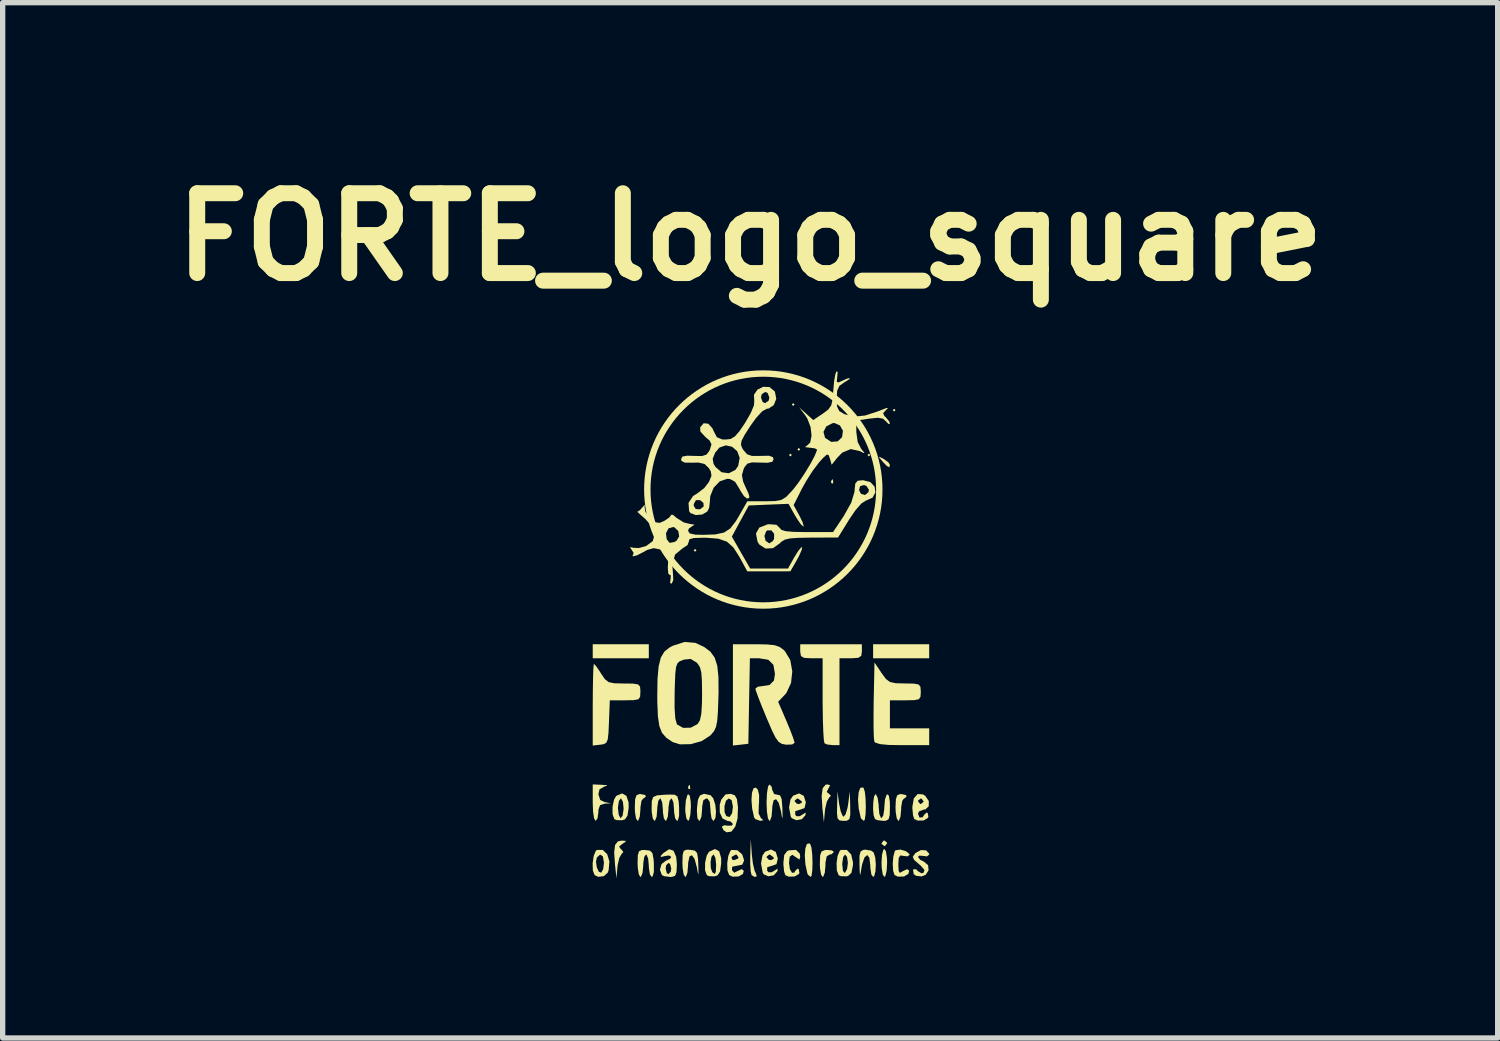
<source format=kicad_pcb>
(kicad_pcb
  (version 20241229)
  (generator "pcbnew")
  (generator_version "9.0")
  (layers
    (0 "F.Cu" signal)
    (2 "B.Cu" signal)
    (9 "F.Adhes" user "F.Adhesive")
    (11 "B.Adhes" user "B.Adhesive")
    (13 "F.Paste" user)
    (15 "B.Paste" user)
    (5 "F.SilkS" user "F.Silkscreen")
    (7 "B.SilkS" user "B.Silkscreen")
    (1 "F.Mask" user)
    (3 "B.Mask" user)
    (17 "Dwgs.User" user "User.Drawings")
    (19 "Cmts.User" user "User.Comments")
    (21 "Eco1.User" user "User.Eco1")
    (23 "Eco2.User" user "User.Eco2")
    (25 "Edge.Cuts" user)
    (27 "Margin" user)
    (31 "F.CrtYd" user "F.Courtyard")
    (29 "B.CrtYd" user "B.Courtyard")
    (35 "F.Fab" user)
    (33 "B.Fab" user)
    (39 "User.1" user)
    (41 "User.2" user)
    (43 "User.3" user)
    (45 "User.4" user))
  (footprint "FORTE_logo_square"
    (layer "F.Cu")
    (at 11.253 8.585)
    (property "Reference" "FORTE_logo_square" (at -0.203 -7.181 0) (layer "F.SilkS") (effects (font (size 1.5 1.5) (thickness 0.3))))
    (attr board_only exclude_from_pos_files exclude_from_bom)
    (fp_circle (center 0.044 -2.434) (end 0.265 -4.603) (stroke (width 0.12) (type default)) (fill no) (layer "F.SilkS"))
    (fp_poly (pts (xy -1.212 -1.291) (xy -1.238 -1.265) (xy -1.265 -1.291) (xy -1.238 -1.317)) (stroke (width 0) (type solid)) (fill yes) (layer "F.SilkS"))
    (fp_poly (pts (xy 0.58 -3.083) (xy 0.553 -3.056) (xy 0.527 -3.083) (xy 0.553 -3.109)) (stroke (width 0) (type solid)) (fill yes) (layer "F.SilkS"))
    (fp_poly (pts (xy 0.632 -4.031) (xy 0.606 -4.005) (xy 0.58 -4.031) (xy 0.606 -4.058)) (stroke (width 0) (type solid)) (fill yes) (layer "F.SilkS"))
    (fp_poly (pts (xy 0.738 -3.188) (xy 0.711 -3.162) (xy 0.685 -3.188) (xy 0.711 -3.215)) (stroke (width 0) (type solid)) (fill yes) (layer "F.SilkS"))
    (fp_poly (pts (xy 2.055 -3.083) (xy 2.029 -3.056) (xy 2.002 -3.083) (xy 2.029 -3.109)) (stroke (width 0) (type solid)) (fill yes) (layer "F.SilkS"))
    (fp_poly (pts (xy 2.161 -3.03) (xy 2.134 -3.004) (xy 2.108 -3.03) (xy 2.134 -3.056)) (stroke (width 0) (type solid)) (fill yes) (layer "F.SilkS"))
    (fp_poly (pts (xy 2.529 -3.926) (xy 2.503 -3.9) (xy 2.477 -3.926) (xy 2.503 -3.952)) (stroke (width 0) (type solid)) (fill yes) (layer "F.SilkS"))
    (fp_poly (pts (xy -1.335 3.127) (xy -1.329 3.189) (xy -1.335 3.197) (xy -1.366 3.19) (xy -1.37 3.162) (xy -1.351 3.118)) (stroke (width 0) (type solid)) (fill yes) (layer "F.SilkS"))
    (fp_poly (pts (xy 1.353 -2.617) (xy 1.359 -2.555) (xy 1.353 -2.547) (xy 1.321 -2.554) (xy 1.317 -2.582) (xy 1.337 -2.626)) (stroke (width 0) (type solid)) (fill yes) (layer "F.SilkS"))
    (fp_poly (pts (xy -2.108 0.606) (xy -2.108 0.738) (xy -2.635 0.738) (xy -3.162 0.738) (xy -3.162 0.606) (xy -3.162 0.474) (xy -2.635 0.474) (xy -2.108 0.474)) (stroke (width 0) (type solid)) (fill yes) (layer "F.SilkS"))
    (fp_poly (pts (xy 2.305 -3.01) (xy 2.395 -2.945) (xy 2.424 -2.896) (xy 2.412 -2.851) (xy 2.366 -2.876) (xy 2.287 -2.959) (xy 2.221 -3.037) (xy 2.228 -3.048)) (stroke (width 0) (type solid)) (fill yes) (layer "F.SilkS"))
    (fp_poly (pts (xy 2.37 4.203) (xy 2.371 4.216) (xy 2.331 4.267) (xy 2.319 4.268) (xy 2.268 4.228) (xy 2.266 4.216) (xy 2.306 4.165) (xy 2.319 4.163)) (stroke (width 0) (type solid)) (fill yes) (layer "F.SilkS"))
    (fp_poly (pts (xy 3.162 0.606) (xy 3.162 0.738) (xy 2.635 0.738) (xy 2.108 0.738) (xy 2.108 0.606) (xy 2.108 0.474) (xy 2.635 0.474) (xy 3.162 0.474)) (stroke (width 0) (type solid)) (fill yes) (layer "F.SilkS"))
    (fp_poly (pts (xy -0.172 4.425) (xy -0.151 4.599) (xy -0.119 4.733) (xy -0.096 4.781) (xy -0.078 4.837) (xy -0.123 4.847) (xy -0.176 4.813) (xy -0.193 4.745) (xy -0.202 4.605) (xy -0.201 4.457) (xy -0.191 4.137)) (stroke (width 0) (type solid)) (fill yes) (layer "F.SilkS"))
    (fp_poly (pts (xy -1.338 3.32) (xy -1.32 3.437) (xy -1.317 3.528) (xy -1.327 3.679) (xy -1.351 3.776) (xy -1.37 3.794) (xy -1.402 3.747) (xy -1.421 3.628) (xy -1.423 3.56) (xy -1.412 3.411) (xy -1.384 3.311) (xy -1.37 3.294)) (stroke (width 0) (type solid)) (fill yes) (layer "F.SilkS"))
    (fp_poly (pts (xy 2.349 4.369) (xy 2.368 4.49) (xy 2.371 4.585) (xy 2.362 4.735) (xy 2.338 4.83) (xy 2.319 4.848) (xy 2.289 4.801) (xy 2.27 4.68) (xy 2.266 4.585) (xy 2.275 4.434) (xy 2.3 4.339) (xy 2.319 4.321)) (stroke (width 0) (type solid)) (fill yes) (layer "F.SilkS"))
    (fp_poly (pts (xy 0.926 4.229) (xy 0.949 4.298) (xy 0.964 4.427) (xy 0.969 4.581) (xy 0.965 4.725) (xy 0.951 4.824) (xy 0.935 4.848) (xy 0.883 4.806) (xy 0.872 4.782) (xy 0.836 4.615) (xy 0.824 4.451) (xy 0.834 4.314) (xy 0.864 4.228) (xy 0.912 4.217)) (stroke (width 0) (type solid)) (fill yes) (layer "F.SilkS"))
    (fp_poly (pts (xy 1.929 3.176) (xy 1.952 3.245) (xy 1.966 3.374) (xy 1.971 3.529) (xy 1.966 3.673) (xy 1.951 3.771) (xy 1.935 3.794) (xy 1.884 3.753) (xy 1.874 3.728) (xy 1.837 3.56) (xy 1.825 3.396) (xy 1.836 3.26) (xy 1.866 3.175) (xy 1.915 3.165)) (stroke (width 0) (type solid)) (fill yes) (layer "F.SilkS"))
    (fp_poly (pts (xy 1.301 3.125) (xy 1.269 3.183) (xy 1.236 3.251) (xy 1.276 3.284) (xy 1.315 3.322) (xy 1.282 3.356) (xy 1.238 3.433) (xy 1.206 3.57) (xy 1.202 3.61) (xy 1.183 3.821) (xy 1.155 3.557) (xy 1.141 3.324) (xy 1.16 3.18) (xy 1.215 3.115) (xy 1.251 3.109)) (stroke (width 0) (type solid)) (fill yes) (layer "F.SilkS"))
    (fp_poly (pts (xy -2.537 4.171) (xy -2.559 4.198) (xy -2.602 4.224) (xy -2.666 4.276) (xy -2.638 4.321) (xy -2.628 4.327) (xy -2.586 4.379) (xy -2.618 4.414) (xy -2.662 4.488) (xy -2.693 4.623) (xy -2.698 4.664) (xy -2.716 4.874) (xy -2.744 4.611) (xy -2.759 4.386) (xy -2.742 4.247) (xy -2.689 4.179) (xy -2.616 4.165)) (stroke (width 0) (type solid)) (fill yes) (layer "F.SilkS"))
    (fp_poly (pts (xy -2.18 3.307) (xy -2.161 3.331) (xy -2.201 3.371) (xy -2.213 3.373) (xy -2.246 3.419) (xy -2.265 3.536) (xy -2.266 3.583) (xy -2.278 3.715) (xy -2.307 3.789) (xy -2.319 3.794) (xy -2.349 3.747) (xy -2.368 3.627) (xy -2.371 3.542) (xy -2.365 3.388) (xy -2.34 3.313) (xy -2.284 3.29) (xy -2.266 3.29)) (stroke (width 0) (type solid)) (fill yes) (layer "F.SilkS"))
    (fp_poly (pts (xy -0.059 3.208) (xy -0.035 3.304) (xy -0.036 3.452) (xy -0.04 3.49) (xy -0.045 3.655) (xy -0.001 3.741) (xy 0.006 3.746) (xy 0.045 3.783) (xy -0.013 3.793) (xy -0.015 3.793) (xy -0.105 3.762) (xy -0.129 3.728) (xy -0.166 3.561) (xy -0.178 3.4) (xy -0.169 3.267) (xy -0.141 3.183) (xy -0.096 3.168)) (stroke (width 0) (type solid)) (fill yes) (layer "F.SilkS"))
    (fp_poly (pts (xy 1.337 4.35) (xy 1.37 4.379) (xy 1.327 4.421) (xy 1.291 4.427) (xy 1.236 4.461) (xy 1.213 4.577) (xy 1.212 4.637) (xy 1.2 4.769) (xy 1.171 4.843) (xy 1.159 4.848) (xy 1.129 4.801) (xy 1.11 4.681) (xy 1.107 4.598) (xy 1.112 4.446) (xy 1.137 4.371) (xy 1.197 4.344) (xy 1.238 4.34)) (stroke (width 0) (type solid)) (fill yes) (layer "F.SilkS"))
    (fp_poly (pts (xy 2.721 3.307) (xy 2.74 3.331) (xy 2.7 3.371) (xy 2.688 3.373) (xy 2.655 3.419) (xy 2.636 3.536) (xy 2.635 3.583) (xy 2.623 3.715) (xy 2.594 3.789) (xy 2.582 3.794) (xy 2.552 3.747) (xy 2.533 3.627) (xy 2.529 3.542) (xy 2.536 3.388) (xy 2.561 3.313) (xy 2.617 3.29) (xy 2.635 3.29)) (stroke (width 0) (type solid)) (fill yes) (layer "F.SilkS"))
    (fp_poly (pts (xy 1.678 3.518) (xy 1.679 3.679) (xy 1.663 3.761) (xy 1.616 3.791) (xy 1.555 3.794) (xy 1.478 3.787) (xy 1.44 3.747) (xy 1.429 3.648) (xy 1.431 3.518) (xy 1.439 3.241) (xy 1.47 3.478) (xy 1.5 3.619) (xy 1.537 3.704) (xy 1.555 3.715) (xy 1.592 3.668) (xy 1.627 3.549) (xy 1.639 3.478) (xy 1.67 3.241)) (stroke (width 0) (type solid)) (fill yes) (layer "F.SilkS"))
    (fp_poly (pts (xy -2.991 3.116) (xy -2.894 3.124) (xy -2.899 3.137) (xy -2.938 3.146) (xy -3.035 3.202) (xy -3.056 3.294) (xy -3.021 3.402) (xy -2.938 3.441) (xy -2.819 3.464) (xy -2.938 3.471) (xy -3.024 3.498) (xy -3.055 3.586) (xy -3.056 3.636) (xy -3.072 3.747) (xy -3.108 3.794) (xy -3.109 3.794) (xy -3.137 3.746) (xy -3.156 3.618) (xy -3.162 3.452) (xy -3.162 3.109)) (stroke (width 0) (type solid)) (fill yes) (layer "F.SilkS"))
    (fp_poly (pts (xy -1.331 4.338) (xy -1.244 4.353) (xy -1.2 4.399) (xy -1.183 4.504) (xy -1.178 4.612) (xy -1.175 4.759) (xy -1.178 4.806) (xy -1.189 4.758) (xy -1.205 4.668) (xy -1.247 4.51) (xy -1.297 4.44) (xy -1.343 4.462) (xy -1.368 4.578) (xy -1.37 4.633) (xy -1.382 4.767) (xy -1.41 4.842) (xy -1.423 4.848) (xy -1.453 4.801) (xy -1.472 4.68) (xy -1.476 4.588) (xy -1.472 4.433) (xy -1.451 4.358) (xy -1.398 4.336)) (stroke (width 0) (type solid)) (fill yes) (layer "F.SilkS"))
    (fp_poly (pts (xy 2.071 4.353) (xy 2.119 4.389) (xy 2.148 4.483) (xy 2.159 4.614) (xy 2.152 4.743) (xy 2.129 4.832) (xy 2.108 4.848) (xy 2.075 4.801) (xy 2.057 4.684) (xy 2.055 4.633) (xy 2.038 4.488) (xy 1.998 4.437) (xy 1.947 4.479) (xy 1.902 4.609) (xy 1.891 4.668) (xy 1.872 4.784) (xy 1.862 4.813) (xy 1.856 4.747) (xy 1.852 4.609) (xy 1.852 4.451) (xy 1.872 4.37) (xy 1.923 4.34) (xy 1.961 4.335)) (stroke (width 0) (type solid)) (fill yes) (layer "F.SilkS"))
    (fp_poly (pts (xy 2.722 4.362) (xy 2.788 4.415) (xy 2.793 4.434) (xy 2.752 4.462) (xy 2.688 4.453) (xy 2.618 4.444) (xy 2.588 4.494) (xy 2.582 4.614) (xy 2.588 4.736) (xy 2.612 4.772) (xy 2.662 4.742) (xy 2.746 4.702) (xy 2.787 4.73) (xy 2.769 4.792) (xy 2.689 4.839) (xy 2.577 4.843) (xy 2.512 4.813) (xy 2.485 4.734) (xy 2.477 4.602) (xy 2.488 4.464) (xy 2.515 4.365) (xy 2.53 4.347) (xy 2.619 4.334)) (stroke (width 0) (type solid)) (fill yes) (layer "F.SilkS"))
    (fp_poly (pts (xy 0.729 4.41) (xy 0.738 4.467) (xy 0.723 4.522) (xy 0.675 4.49) (xy 0.588 4.431) (xy 0.54 4.469) (xy 0.527 4.582) (xy 0.544 4.702) (xy 0.583 4.77) (xy 0.628 4.766) (xy 0.647 4.73) (xy 0.69 4.691) (xy 0.709 4.7) (xy 0.723 4.77) (xy 0.714 4.792) (xy 0.634 4.839) (xy 0.522 4.843) (xy 0.457 4.813) (xy 0.434 4.742) (xy 0.422 4.61) (xy 0.422 4.579) (xy 0.437 4.435) (xy 0.491 4.363) (xy 0.526 4.348) (xy 0.658 4.339)) (stroke (width 0) (type solid)) (fill yes) (layer "F.SilkS"))
    (fp_poly (pts (xy 1.897 0.606) (xy 1.886 0.691) (xy 1.831 0.729) (xy 1.705 0.738) (xy 1.686 0.738) (xy 1.476 0.738) (xy 1.476 1.555) (xy 1.476 2.371) (xy 1.353 2.371) (xy 1.242 2.358) (xy 1.194 2.336) (xy 1.182 2.274) (xy 1.172 2.125) (xy 1.164 1.91) (xy 1.16 1.648) (xy 1.159 1.519) (xy 1.159 0.738) (xy 0.949 0.738) (xy 0.813 0.731) (xy 0.752 0.697) (xy 0.738 0.617) (xy 0.738 0.606) (xy 0.738 0.474) (xy 1.317 0.474) (xy 1.897 0.474)) (stroke (width 0) (type solid)) (fill yes) (layer "F.SilkS"))
    (fp_poly (pts (xy -2.972 4.341) (xy -2.89 4.421) (xy -2.849 4.555) (xy -2.862 4.715) (xy -2.878 4.765) (xy -2.951 4.833) (xy -3.059 4.846) (xy -3.127 4.813) (xy -3.16 4.726) (xy -3.164 4.591) (xy -3.16 4.566) (xy -3.101 4.566) (xy -3.085 4.669) (xy -3.048 4.75) (xy -3.003 4.768) (xy -3.002 4.768) (xy -2.965 4.698) (xy -2.951 4.582) (xy -2.971 4.463) (xy -3.022 4.427) (xy -3.085 4.482) (xy -3.101 4.566) (xy -3.16 4.566) (xy -3.144 4.453) (xy -3.104 4.357) (xy -3.082 4.34)) (stroke (width 0) (type solid)) (fill yes) (layer "F.SilkS"))
    (fp_poly (pts (xy -2.085 4.354) (xy -2.04 4.401) (xy -2.019 4.512) (xy -2.013 4.598) (xy -2.013 4.756) (xy -2.037 4.84) (xy -2.052 4.848) (xy -2.087 4.801) (xy -2.106 4.685) (xy -2.108 4.637) (xy -2.12 4.505) (xy -2.149 4.432) (xy -2.161 4.427) (xy -2.194 4.473) (xy -2.212 4.59) (xy -2.213 4.637) (xy -2.225 4.769) (xy -2.254 4.843) (xy -2.266 4.848) (xy -2.296 4.801) (xy -2.315 4.68) (xy -2.319 4.593) (xy -2.315 4.44) (xy -2.292 4.365) (xy -2.236 4.342) (xy -2.174 4.342)) (stroke (width 0) (type solid)) (fill yes) (layer "F.SilkS"))
    (fp_poly (pts (xy -0.946 3.313) (xy -0.897 3.37) (xy -0.859 3.486) (xy -0.845 3.621) (xy -0.855 3.736) (xy -0.889 3.793) (xy -0.896 3.794) (xy -0.929 3.747) (xy -0.947 3.631) (xy -0.949 3.583) (xy -0.962 3.437) (xy -1.005 3.376) (xy -1.028 3.373) (xy -1.083 3.407) (xy -1.105 3.523) (xy -1.107 3.583) (xy -1.119 3.715) (xy -1.15 3.789) (xy -1.162 3.794) (xy -1.194 3.746) (xy -1.204 3.616) (xy -1.202 3.549) (xy -1.184 3.395) (xy -1.147 3.317) (xy -1.076 3.287) (xy -1.069 3.286)) (stroke (width 0) (type solid)) (fill yes) (layer "F.SilkS"))
    (fp_poly (pts (xy 0.202 3.153) (xy 0.211 3.209) (xy 0.248 3.29) (xy 0.303 3.301) (xy 0.36 3.315) (xy 0.389 3.385) (xy 0.402 3.534) (xy 0.403 3.557) (xy 0.406 3.704) (xy 0.403 3.751) (xy 0.391 3.704) (xy 0.376 3.614) (xy 0.334 3.456) (xy 0.284 3.387) (xy 0.238 3.408) (xy 0.213 3.524) (xy 0.211 3.579) (xy 0.199 3.713) (xy 0.171 3.788) (xy 0.158 3.794) (xy 0.131 3.746) (xy 0.112 3.618) (xy 0.105 3.452) (xy 0.113 3.273) (xy 0.133 3.15) (xy 0.158 3.109)) (stroke (width 0) (type solid)) (fill yes) (layer "F.SilkS"))
    (fp_poly (pts (xy 1.615 4.341) (xy 1.696 4.427) (xy 1.73 4.576) (xy 1.728 4.633) (xy 1.701 4.77) (xy 1.637 4.83) (xy 1.605 4.837) (xy 1.5 4.834) (xy 1.46 4.815) (xy 1.426 4.727) (xy 1.422 4.614) (xy 1.528 4.614) (xy 1.541 4.734) (xy 1.574 4.772) (xy 1.581 4.769) (xy 1.619 4.698) (xy 1.634 4.582) (xy 1.618 4.472) (xy 1.581 4.427) (xy 1.546 4.473) (xy 1.529 4.587) (xy 1.528 4.614) (xy 1.422 4.614) (xy 1.421 4.592) (xy 1.44 4.454) (xy 1.481 4.357) (xy 1.503 4.34)) (stroke (width 0) (type solid)) (fill yes) (layer "F.SilkS"))
    (fp_poly (pts (xy 2.161 3.294) (xy 2.194 3.363) (xy 2.212 3.494) (xy 2.213 3.534) (xy 2.225 3.665) (xy 2.255 3.737) (xy 2.266 3.741) (xy 2.299 3.695) (xy 2.317 3.578) (xy 2.319 3.534) (xy 2.331 3.393) (xy 2.361 3.304) (xy 2.371 3.294) (xy 2.404 3.32) (xy 2.422 3.437) (xy 2.424 3.528) (xy 2.42 3.685) (xy 2.398 3.765) (xy 2.347 3.792) (xy 2.301 3.794) (xy 2.19 3.781) (xy 2.143 3.759) (xy 2.118 3.69) (xy 2.107 3.572) (xy 2.111 3.442) (xy 2.126 3.337) (xy 2.153 3.292)) (stroke (width 0) (type solid)) (fill yes) (layer "F.SilkS"))
    (fp_poly (pts (xy -2.53 3.322) (xy -2.488 3.447) (xy -2.487 3.551) (xy -2.509 3.697) (xy -2.557 3.766) (xy -2.611 3.783) (xy -2.715 3.78) (xy -2.756 3.761) (xy -2.789 3.67) (xy -2.79 3.557) (xy -2.688 3.557) (xy -2.674 3.679) (xy -2.642 3.74) (xy -2.635 3.741) (xy -2.6 3.695) (xy -2.583 3.581) (xy -2.582 3.557) (xy -2.595 3.435) (xy -2.628 3.374) (xy -2.635 3.373) (xy -2.67 3.419) (xy -2.687 3.533) (xy -2.688 3.557) (xy -2.79 3.557) (xy -2.79 3.531) (xy -2.762 3.397) (xy -2.721 3.325) (xy -2.612 3.278)) (stroke (width 0) (type solid)) (fill yes) (layer "F.SilkS"))
    (fp_poly (pts (xy -0.786 4.365) (xy -0.748 4.492) (xy -0.748 4.597) (xy -0.769 4.746) (xy -0.815 4.818) (xy -0.872 4.837) (xy -0.976 4.834) (xy -1.017 4.815) (xy -1.051 4.722) (xy -1.05 4.582) (xy -1.048 4.572) (xy -0.947 4.572) (xy -0.942 4.684) (xy -0.914 4.76) (xy -0.913 4.76) (xy -0.869 4.791) (xy -0.849 4.753) (xy -0.843 4.63) (xy -0.843 4.611) (xy -0.856 4.489) (xy -0.889 4.428) (xy -0.896 4.427) (xy -0.931 4.471) (xy -0.947 4.572) (xy -1.048 4.572) (xy -1.02 4.447) (xy -0.976 4.374) (xy -0.866 4.323)) (stroke (width 0) (type solid)) (fill yes) (layer "F.SilkS"))
    (fp_poly (pts (xy 3.103 4.348) (xy 3.159 4.407) (xy 3.162 4.428) (xy 3.121 4.462) (xy 3.056 4.453) (xy 2.973 4.447) (xy 2.951 4.472) (xy 2.995 4.528) (xy 3.06 4.559) (xy 3.141 4.626) (xy 3.151 4.723) (xy 3.096 4.808) (xy 3.022 4.838) (xy 2.916 4.827) (xy 2.872 4.795) (xy 2.859 4.719) (xy 2.87 4.701) (xy 2.922 4.707) (xy 2.948 4.738) (xy 3.019 4.78) (xy 3.056 4.769) (xy 3.074 4.718) (xy 3.002 4.635) (xy 2.97 4.608) (xy 2.875 4.524) (xy 2.854 4.467) (xy 2.899 4.405) (xy 2.907 4.397) (xy 3.005 4.343)) (stroke (width 0) (type solid)) (fill yes) (layer "F.SilkS"))
    (fp_poly (pts (xy -1.644 4.354) (xy -1.593 4.471) (xy -1.581 4.609) (xy -1.587 4.757) (xy -1.614 4.827) (xy -1.676 4.847) (xy -1.704 4.848) (xy -1.815 4.835) (xy -1.862 4.813) (xy -1.899 4.714) (xy -1.893 4.69) (xy -1.792 4.69) (xy -1.77 4.776) (xy -1.739 4.795) (xy -1.696 4.751) (xy -1.686 4.69) (xy -1.708 4.604) (xy -1.739 4.585) (xy -1.782 4.629) (xy -1.792 4.69) (xy -1.893 4.69) (xy -1.868 4.606) (xy -1.792 4.547) (xy -1.706 4.504) (xy -1.686 4.47) (xy -1.728 4.444) (xy -1.805 4.455) (xy -1.886 4.475) (xy -1.879 4.446) (xy -1.835 4.399) (xy -1.728 4.328)) (stroke (width 0) (type solid)) (fill yes) (layer "F.SilkS"))
    (fp_poly (pts (xy -3.101 0.883) (xy -3.031 0.984) (xy -3.004 1.028) (xy -2.933 1.131) (xy -2.863 1.186) (xy -2.757 1.208) (xy -2.581 1.212) (xy -2.578 1.212) (xy -2.404 1.214) (xy -2.311 1.229) (xy -2.273 1.269) (xy -2.266 1.348) (xy -2.266 1.37) (xy -2.271 1.461) (xy -2.303 1.508) (xy -2.389 1.525) (xy -2.553 1.528) (xy -2.554 1.528) (xy -2.841 1.528) (xy -2.857 1.937) (xy -2.866 2.142) (xy -2.88 2.265) (xy -2.909 2.327) (xy -2.959 2.353) (xy -3.017 2.362) (xy -3.162 2.378) (xy -3.162 1.611) (xy -3.16 1.34) (xy -3.156 1.111) (xy -3.151 0.943) (xy -3.143 0.853) (xy -3.14 0.843)) (stroke (width 0) (type solid)) (fill yes) (layer "F.SilkS"))
    (fp_poly (pts (xy -0.444 4.346) (xy -0.353 4.424) (xy -0.316 4.538) (xy -0.351 4.617) (xy -0.446 4.637) (xy -0.54 4.655) (xy -0.546 4.716) (xy -0.546 4.718) (xy -0.503 4.769) (xy -0.44 4.737) (xy -0.36 4.701) (xy -0.322 4.734) (xy -0.34 4.792) (xy -0.42 4.839) (xy -0.532 4.843) (xy -0.597 4.813) (xy -0.63 4.726) (xy -0.634 4.591) (xy -0.618 4.479) (xy -0.553 4.479) (xy -0.541 4.524) (xy -0.504 4.532) (xy -0.432 4.504) (xy -0.422 4.479) (xy -0.459 4.428) (xy -0.471 4.427) (xy -0.543 4.465) (xy -0.553 4.479) (xy -0.618 4.479) (xy -0.614 4.453) (xy -0.574 4.357) (xy -0.553 4.34)) (stroke (width 0) (type solid)) (fill yes) (layer "F.SilkS"))
    (fp_poly (pts (xy 0.278 4.378) (xy 0.316 4.498) (xy 0.316 4.504) (xy 0.292 4.608) (xy 0.211 4.637) (xy 0.119 4.664) (xy 0.116 4.729) (xy 0.14 4.76) (xy 0.203 4.76) (xy 0.254 4.729) (xy 0.312 4.691) (xy 0.311 4.733) (xy 0.307 4.743) (xy 0.241 4.817) (xy 0.139 4.836) (xy 0.052 4.798) (xy 0.033 4.768) (xy 0.001 4.596) (xy 0.022 4.479) (xy 0.105 4.479) (xy 0.148 4.526) (xy 0.188 4.532) (xy 0.242 4.506) (xy 0.237 4.479) (xy 0.17 4.429) (xy 0.155 4.427) (xy 0.107 4.467) (xy 0.105 4.479) (xy 0.022 4.479) (xy 0.029 4.444) (xy 0.078 4.374) (xy 0.189 4.332)) (stroke (width 0) (type solid)) (fill yes) (layer "F.SilkS"))
    (fp_poly (pts (xy 0.805 3.324) (xy 0.843 3.444) (xy 0.843 3.45) (xy 0.819 3.554) (xy 0.738 3.583) (xy 0.646 3.61) (xy 0.643 3.675) (xy 0.667 3.706) (xy 0.73 3.706) (xy 0.781 3.675) (xy 0.839 3.637) (xy 0.838 3.679) (xy 0.834 3.689) (xy 0.768 3.763) (xy 0.666 3.782) (xy 0.579 3.744) (xy 0.56 3.714) (xy 0.528 3.543) (xy 0.549 3.425) (xy 0.632 3.425) (xy 0.675 3.472) (xy 0.715 3.478) (xy 0.769 3.452) (xy 0.764 3.425) (xy 0.697 3.375) (xy 0.682 3.373) (xy 0.634 3.413) (xy 0.632 3.425) (xy 0.549 3.425) (xy 0.556 3.39) (xy 0.605 3.32) (xy 0.716 3.278)) (stroke (width 0) (type solid)) (fill yes) (layer "F.SilkS"))
    (fp_poly (pts (xy 2.266 1.014) (xy 2.347 1.125) (xy 2.424 1.184) (xy 2.533 1.207) (xy 2.701 1.211) (xy 2.871 1.214) (xy 2.962 1.23) (xy 2.997 1.273) (xy 3.004 1.356) (xy 3.004 1.37) (xy 2.999 1.461) (xy 2.967 1.508) (xy 2.882 1.525) (xy 2.718 1.528) (xy 2.714 1.528) (xy 2.424 1.528) (xy 2.424 1.792) (xy 2.424 2.055) (xy 2.793 2.055) (xy 3.162 2.055) (xy 3.162 2.213) (xy 3.162 2.371) (xy 2.66 2.371) (xy 2.401 2.367) (xy 2.234 2.351) (xy 2.148 2.323) (xy 2.131 2.303) (xy 2.122 2.227) (xy 2.117 2.068) (xy 2.116 1.846) (xy 2.118 1.585) (xy 2.119 1.526) (xy 2.134 0.817)) (stroke (width 0) (type solid)) (fill yes) (layer "F.SilkS"))
    (fp_poly (pts (xy -0.492 3.313) (xy -0.452 3.384) (xy -0.433 3.529) (xy -0.432 3.547) (xy -0.44 3.749) (xy -0.484 3.904) (xy -0.556 3.996) (xy -0.644 4.009) (xy -0.703 3.97) (xy -0.737 3.902) (xy -0.685 3.876) (xy -0.632 3.884) (xy -0.548 3.883) (xy -0.527 3.853) (xy -0.571 3.805) (xy -0.631 3.794) (xy -0.723 3.749) (xy -0.774 3.637) (xy -0.775 3.519) (xy -0.686 3.519) (xy -0.684 3.632) (xy -0.651 3.705) (xy -0.589 3.721) (xy -0.543 3.651) (xy -0.527 3.528) (xy -0.551 3.404) (xy -0.606 3.373) (xy -0.658 3.417) (xy -0.686 3.519) (xy -0.775 3.519) (xy -0.775 3.491) (xy -0.746 3.395) (xy -0.667 3.298) (xy -0.568 3.286)) (stroke (width 0) (type solid)) (fill yes) (layer "F.SilkS"))
    (fp_poly (pts (xy 3.045 3.296) (xy 3.089 3.325) (xy 3.155 3.422) (xy 3.153 3.52) (xy 3.09 3.579) (xy 3.056 3.583) (xy 2.971 3.616) (xy 2.951 3.662) (xy 2.981 3.733) (xy 3.04 3.725) (xy 3.071 3.676) (xy 3.114 3.637) (xy 3.134 3.646) (xy 3.147 3.716) (xy 3.138 3.738) (xy 3.058 3.786) (xy 2.946 3.789) (xy 2.881 3.759) (xy 2.858 3.688) (xy 2.846 3.557) (xy 2.846 3.528) (xy 2.864 3.425) (xy 2.951 3.425) (xy 2.991 3.476) (xy 3.004 3.478) (xy 3.055 3.438) (xy 3.056 3.425) (xy 3.016 3.374) (xy 3.004 3.373) (xy 2.953 3.413) (xy 2.951 3.425) (xy 2.864 3.425) (xy 2.873 3.372) (xy 2.945 3.29)) (stroke (width 0) (type solid)) (fill yes) (layer "F.SilkS"))
    (fp_poly (pts (xy -1.622 3.302) (xy -1.57 3.336) (xy -1.547 3.429) (xy -1.539 3.544) (xy -1.539 3.702) (xy -1.563 3.786) (xy -1.578 3.794) (xy -1.613 3.747) (xy -1.632 3.631) (xy -1.634 3.583) (xy -1.645 3.451) (xy -1.674 3.378) (xy -1.686 3.373) (xy -1.719 3.419) (xy -1.738 3.536) (xy -1.739 3.583) (xy -1.751 3.715) (xy -1.78 3.789) (xy -1.792 3.794) (xy -1.825 3.747) (xy -1.843 3.631) (xy -1.844 3.583) (xy -1.856 3.451) (xy -1.885 3.378) (xy -1.897 3.373) (xy -1.93 3.419) (xy -1.948 3.536) (xy -1.95 3.583) (xy -1.961 3.715) (xy -1.991 3.789) (xy -2.002 3.794) (xy -2.034 3.747) (xy -2.053 3.628) (xy -2.055 3.557) (xy -2.052 3.423) (xy -2.027 3.348) (xy -1.956 3.315) (xy -1.813 3.303) (xy -1.726 3.3)) (stroke (width 0) (type solid)) (fill yes) (layer "F.SilkS"))
    (fp_poly (pts (xy 0.115 0.478) (xy 0.257 0.492) (xy 0.351 0.525) (xy 0.428 0.582) (xy 0.45 0.604) (xy 0.551 0.771) (xy 0.589 0.984) (xy 0.565 1.203) (xy 0.479 1.388) (xy 0.452 1.42) (xy 0.323 1.555) (xy 0.478 1.915) (xy 0.553 2.097) (xy 0.608 2.242) (xy 0.632 2.323) (xy 0.632 2.327) (xy 0.587 2.358) (xy 0.477 2.362) (xy 0.471 2.362) (xy 0.394 2.347) (xy 0.333 2.31) (xy 0.275 2.231) (xy 0.206 2.092) (xy 0.113 1.876) (xy 0.102 1.85) (xy 0.015 1.638) (xy -0.054 1.462) (xy -0.096 1.344) (xy -0.105 1.309) (xy -0.061 1.273) (xy -0.004 1.265) (xy 0.16 1.24) (xy 0.244 1.157) (xy 0.263 1.032) (xy 0.234 0.861) (xy 0.138 0.766) (xy -0.036 0.738) (xy -0.208 0.738) (xy -0.223 1.541) (xy -0.237 2.345) (xy -0.382 2.362) (xy -0.527 2.378) (xy -0.527 1.426) (xy -0.527 0.474) (xy -0.103 0.474)) (stroke (width 0) (type solid)) (fill yes) (layer "F.SilkS"))
    (fp_poly (pts (xy -1.233 0.448) (xy -1.066 0.527) (xy -0.949 0.615) (xy -0.87 0.726) (xy -0.821 0.879) (xy -0.799 1.092) (xy -0.797 1.385) (xy -0.8 1.488) (xy -0.809 1.741) (xy -0.822 1.913) (xy -0.845 2.027) (xy -0.881 2.106) (xy -0.938 2.174) (xy -0.956 2.192) (xy -1.115 2.295) (xy -1.319 2.352) (xy -1.522 2.356) (xy -1.66 2.313) (xy -1.778 2.233) (xy -1.86 2.14) (xy -1.91 2.013) (xy -1.937 1.832) (xy -1.944 1.664) (xy -1.624 1.664) (xy -1.61 1.87) (xy -1.58 1.977) (xy -1.576 1.982) (xy -1.463 2.046) (xy -1.318 2.042) (xy -1.19 1.973) (xy -1.189 1.972) (xy -1.147 1.902) (xy -1.121 1.781) (xy -1.109 1.589) (xy -1.107 1.401) (xy -1.11 1.163) (xy -1.121 1.007) (xy -1.146 0.907) (xy -1.188 0.841) (xy -1.214 0.815) (xy -1.322 0.75) (xy -1.445 0.763) (xy -1.464 0.769) (xy -1.528 0.795) (xy -1.57 0.833) (xy -1.596 0.904) (xy -1.61 1.028) (xy -1.618 1.226) (xy -1.622 1.364) (xy -1.624 1.664) (xy -1.944 1.664) (xy -1.948 1.575) (xy -1.949 1.438) (xy -1.944 1.12) (xy -1.923 0.888) (xy -1.882 0.725) (xy -1.815 0.612) (xy -1.715 0.533) (xy -1.658 0.503) (xy -1.434 0.431)) (stroke (width 0) (type solid)) (fill yes) (layer "F.SilkS"))
    (fp_poly (pts (xy 2.058 -2.573) (xy 2.137 -2.486) (xy 2.151 -2.378) (xy 2.097 -2.281) (xy 1.97 -2.224) (xy 1.969 -2.224) (xy 1.887 -2.171) (xy 1.775 -2.043) (xy 1.658 -1.87) (xy 1.449 -1.532) (xy 0.947 -1.53) (xy 0.706 -1.526) (xy 0.547 -1.515) (xy 0.447 -1.491) (xy 0.382 -1.451) (xy 0.355 -1.423) (xy 0.224 -1.331) (xy 0.084 -1.325) (xy -0.031 -1.4) (xy -0.064 -1.453) (xy -0.085 -1.561) (xy 0.065 -1.561) (xy 0.088 -1.469) (xy 0.154 -1.423) (xy 0.158 -1.423) (xy 0.223 -1.465) (xy 0.246 -1.505) (xy 0.248 -1.603) (xy 0.196 -1.666) (xy 0.12 -1.665) (xy 0.098 -1.648) (xy 0.065 -1.561) (xy -0.085 -1.561) (xy -0.094 -1.608) (xy -0.03 -1.719) (xy 0.121 -1.778) (xy 0.151 -1.782) (xy 0.292 -1.771) (xy 0.349 -1.716) (xy 0.384 -1.676) (xy 0.465 -1.651) (xy 0.611 -1.638) (xy 0.842 -1.634) (xy 0.868 -1.634) (xy 1.355 -1.634) (xy 1.555 -1.934) (xy 1.696 -2.185) (xy 1.758 -2.39) (xy 1.76 -2.422) (xy 1.76 -2.422) (xy 1.844 -2.422) (xy 1.881 -2.353) (xy 1.957 -2.331) (xy 2.019 -2.383) (xy 2.029 -2.428) (xy 1.985 -2.499) (xy 1.937 -2.519) (xy 1.863 -2.497) (xy 1.844 -2.422) (xy 1.76 -2.422) (xy 1.773 -2.547) (xy 1.819 -2.599) (xy 1.918 -2.609)) (stroke (width 0) (type solid)) (fill yes) (layer "F.SilkS"))
    (fp_poly (pts (xy 0.16 -4.36) (xy 0.256 -4.281) (xy 0.263 -4.268) (xy 0.288 -4.139) (xy 0.241 -4.021) (xy 0.144 -3.956) (xy 0.11 -3.952) (xy 0.025 -3.906) (xy -0.093 -3.777) (xy -0.2 -3.628) (xy -0.308 -3.459) (xy -0.364 -3.351) (xy -0.377 -3.277) (xy -0.352 -3.212) (xy -0.33 -3.176) (xy -0.261 -3.097) (xy -0.169 -3.065) (xy -0.015 -3.065) (xy -0.005 -3.066) (xy 0.15 -3.069) (xy 0.223 -3.044) (xy 0.237 -3.004) (xy 0.213 -2.955) (xy 0.124 -2.937) (xy -0.013 -2.94) (xy -0.169 -2.944) (xy -0.256 -2.92) (xy -0.309 -2.854) (xy -0.325 -2.821) (xy -0.358 -2.704) (xy -0.335 -2.583) (xy -0.299 -2.5) (xy -0.235 -2.361) (xy -0.216 -2.291) (xy -0.236 -2.268) (xy -0.264 -2.266) (xy -0.319 -2.309) (xy -0.389 -2.416) (xy -0.406 -2.45) (xy -0.487 -2.58) (xy -0.582 -2.631) (xy -0.636 -2.635) (xy -0.774 -2.588) (xy -0.889 -2.468) (xy -0.953 -2.31) (xy -0.959 -2.219) (xy -0.974 -2.09) (xy -1.008 -2.021) (xy -1.104 -1.964) (xy -1.226 -1.954) (xy -1.325 -1.992) (xy -1.35 -2.026) (xy -1.358 -2.131) (xy -1.265 -2.131) (xy -1.227 -2.068) (xy -1.148 -2.061) (xy -1.077 -2.114) (xy -1.081 -2.182) (xy -1.144 -2.234) (xy -1.221 -2.234) (xy -1.223 -2.233) (xy -1.261 -2.164) (xy -1.265 -2.131) (xy -1.358 -2.131) (xy -1.362 -2.182) (xy -1.277 -2.311) (xy -1.198 -2.361) (xy -1.067 -2.46) (xy -0.977 -2.577) (xy -0.93 -2.693) (xy -0.944 -2.778) (xy -0.981 -2.838) (xy -1.06 -2.914) (xy -1.176 -2.941) (xy -1.281 -2.938) (xy -1.428 -2.939) (xy -1.493 -2.97) (xy -1.502 -3.004) (xy -1.499 -3.009) (xy -0.908 -3.009) (xy -0.891 -2.918) (xy -0.857 -2.861) (xy -0.741 -2.759) (xy -0.604 -2.74) (xy -0.481 -2.802) (xy -0.428 -2.878) (xy -0.4 -3.03) (xy -0.446 -3.154) (xy -0.541 -3.237) (xy -0.661 -3.264) (xy -0.78 -3.223) (xy -0.862 -3.125) (xy -0.908 -3.009) (xy -1.499 -3.009) (xy -1.477 -3.053) (xy -1.387 -3.07) (xy -1.262 -3.066) (xy -1.109 -3.063) (xy -1.024 -3.09) (xy -0.971 -3.16) (xy -0.961 -3.182) (xy -0.93 -3.283) (xy -0.965 -3.355) (xy -1.038 -3.415) (xy -1.138 -3.522) (xy -1.143 -3.602) (xy -1.077 -3.68) (xy -0.99 -3.671) (xy -0.911 -3.583) (xy -0.888 -3.531) (xy -0.828 -3.417) (xy -0.731 -3.376) (xy -0.667 -3.373) (xy -0.571 -3.384) (xy -0.491 -3.431) (xy -0.403 -3.532) (xy -0.297 -3.689) (xy -0.192 -3.871) (xy -0.132 -4.014) (xy -0.126 -4.088) (xy -0.129 -4.163) (xy 0 -4.163) (xy 0.033 -4.077) (xy 0.079 -4.058) (xy 0.143 -4.102) (xy 0.158 -4.163) (xy 0.125 -4.249) (xy 0.079 -4.268) (xy 0.015 -4.225) (xy 0 -4.163) (xy -0.129 -4.163) (xy -0.132 -4.215) (xy -0.065 -4.312) (xy 0.043 -4.365)) (stroke (width 0) (type solid)) (fill yes) (layer "F.SilkS"))
    (fp_poly (pts (xy 1.442 -4.644) (xy 1.435 -4.557) (xy 1.424 -4.46) (xy 1.458 -4.446) (xy 1.518 -4.474) (xy 1.62 -4.519) (xy 1.67 -4.53) (xy 1.66 -4.507) (xy 1.58 -4.456) (xy 1.568 -4.449) (xy 1.474 -4.382) (xy 1.432 -4.289) (xy 1.423 -4.141) (xy 1.431 -3.992) (xy 1.471 -3.91) (xy 1.561 -3.855) (xy 1.58 -3.847) (xy 1.756 -3.805) (xy 1.958 -3.825) (xy 2.211 -3.908) (xy 2.24 -3.92) (xy 2.359 -3.966) (xy 2.388 -3.964) (xy 2.358 -3.935) (xy 2.296 -3.87) (xy 2.319 -3.817) (xy 2.344 -3.795) (xy 2.411 -3.713) (xy 2.424 -3.672) (xy 2.4 -3.663) (xy 2.355 -3.71) (xy 2.293 -3.766) (xy 2.197 -3.783) (xy 2.039 -3.767) (xy 1.792 -3.73) (xy 1.792 -3.516) (xy 1.818 -3.327) (xy 1.884 -3.198) (xy 1.944 -3.126) (xy 1.927 -3.121) (xy 1.856 -3.157) (xy 1.688 -3.194) (xy 1.528 -3.127) (xy 1.43 -3.027) (xy 1.329 -2.899) (xy 1.296 -3.017) (xy 1.271 -3.083) (xy 1.237 -3.09) (xy 1.17 -3.03) (xy 1.092 -2.944) (xy 0.973 -2.787) (xy 0.846 -2.587) (xy 0.768 -2.446) (xy 0.614 -2.141) (xy 0.724 -1.94) (xy 0.783 -1.819) (xy 0.802 -1.748) (xy 0.796 -1.739) (xy 0.749 -1.781) (xy 0.676 -1.887) (xy 0.637 -1.952) (xy 0.518 -2.165) (xy 0.144 -2.15) (xy -0.229 -2.134) (xy -0.388 -1.842) (xy -0.547 -1.549) (xy -0.375 -1.249) (xy -0.203 -0.949) (xy 0.152 -0.949) (xy 0.508 -0.949) (xy 0.628 -1.163) (xy 0.703 -1.283) (xy 0.759 -1.348) (xy 0.774 -1.352) (xy 0.765 -1.296) (xy 0.714 -1.182) (xy 0.676 -1.112) (xy 0.553 -0.897) (xy 0.148 -0.896) (xy -0.257 -0.896) (xy -0.403 -1.165) (xy -0.517 -1.344) (xy -0.64 -1.454) (xy -0.802 -1.51) (xy -1.033 -1.528) (xy -1.089 -1.528) (xy -1.262 -1.522) (xy -1.345 -1.499) (xy -1.355 -1.46) (xy -1.379 -1.391) (xy -1.476 -1.326) (xy -1.613 -1.213) (xy -1.668 -1.036) (xy -1.654 -0.855) (xy -1.648 -0.734) (xy -1.676 -0.665) (xy -1.708 -0.677) (xy -1.699 -0.746) (xy -1.694 -0.822) (xy -1.718 -0.83) (xy -1.743 -0.858) (xy -1.751 -0.963) (xy -1.747 -1.026) (xy -1.743 -1.17) (xy -1.771 -1.247) (xy -1.85 -1.293) (xy -1.886 -1.306) (xy -2.017 -1.332) (xy -2.139 -1.298) (xy -2.213 -1.257) (xy -2.33 -1.197) (xy -2.405 -1.179) (xy -2.412 -1.183) (xy -2.407 -1.212) (xy -2.4 -1.212) (xy -2.394 -1.244) (xy -2.425 -1.292) (xy -2.463 -1.349) (xy -2.421 -1.345) (xy -2.404 -1.339) (xy -2.296 -1.334) (xy -2.16 -1.371) (xy -2.033 -1.465) (xy -1.998 -1.595) (xy -2.004 -1.613) (xy -1.785 -1.613) (xy -1.773 -1.502) (xy -1.717 -1.431) (xy -1.626 -1.448) (xy -1.589 -1.469) (xy -1.537 -1.552) (xy -1.554 -1.654) (xy -1.628 -1.724) (xy -1.648 -1.729) (xy -1.738 -1.704) (xy -1.785 -1.613) (xy -2.004 -1.613) (xy -2.054 -1.747) (xy -2.174 -1.88) (xy -2.273 -1.967) (xy -2.323 -2.014) (xy -2.324 -2.016) (xy -2.28 -2.042) (xy -2.232 -2.096) (xy -2.183 -2.149) (xy -2.185 -2.116) (xy -2.188 -2.105) (xy -2.172 -2.014) (xy -2.089 -1.904) (xy -2.083 -1.899) (xy -1.983 -1.818) (xy -1.904 -1.807) (xy -1.818 -1.844) (xy -1.722 -1.909) (xy -1.686 -1.959) (xy -1.655 -1.959) (xy -1.581 -1.897) (xy -1.449 -1.815) (xy -1.331 -1.786) (xy -1.251 -1.775) (xy -1.271 -1.757) (xy -1.278 -1.755) (xy -1.356 -1.699) (xy -1.37 -1.656) (xy -1.339 -1.609) (xy -1.234 -1.586) (xy -1.093 -1.582) (xy -0.857 -1.59) (xy -0.695 -1.625) (xy -0.578 -1.701) (xy -0.475 -1.834) (xy -0.418 -1.929) (xy -0.256 -2.213) (xy 0.079 -2.213) (xy 0.264 -2.217) (xy 0.382 -2.238) (xy 0.473 -2.294) (xy 0.574 -2.4) (xy 0.607 -2.437) (xy 0.712 -2.574) (xy 0.826 -2.745) (xy 0.932 -2.92) (xy 1.013 -3.073) (xy 1.053 -3.174) (xy 1.054 -3.186) (xy 1.008 -3.209) (xy 0.909 -3.221) (xy 0.829 -3.231) (xy 0.849 -3.249) (xy 0.856 -3.251) (xy 0.926 -3.317) (xy 0.951 -3.446) (xy 0.943 -3.518) (xy 1.175 -3.518) (xy 1.204 -3.409) (xy 1.208 -3.403) (xy 1.322 -3.329) (xy 1.443 -3.339) (xy 1.524 -3.418) (xy 1.541 -3.537) (xy 1.485 -3.638) (xy 1.382 -3.684) (xy 1.346 -3.681) (xy 1.228 -3.62) (xy 1.175 -3.518) (xy 0.943 -3.518) (xy 0.933 -3.606) (xy 0.873 -3.765) (xy 0.833 -3.827) (xy 0.718 -3.979) (xy 0.851 -3.859) (xy 0.983 -3.74) (xy 1.164 -3.861) (xy 1.266 -3.938) (xy 1.322 -4.019) (xy 1.348 -4.138) (xy 1.36 -4.297) (xy 1.375 -4.472) (xy 1.399 -4.604) (xy 1.419 -4.655)) (stroke (width 0) (type solid)) (fill yes) (layer "F.SilkS")))
  (gr_rect
    (start -3 -3)
    (end 25.1 16.46)
    (stroke (width 0.1) (type default))
    (fill no)
    (layer "Edge.Cuts")))
</source>
